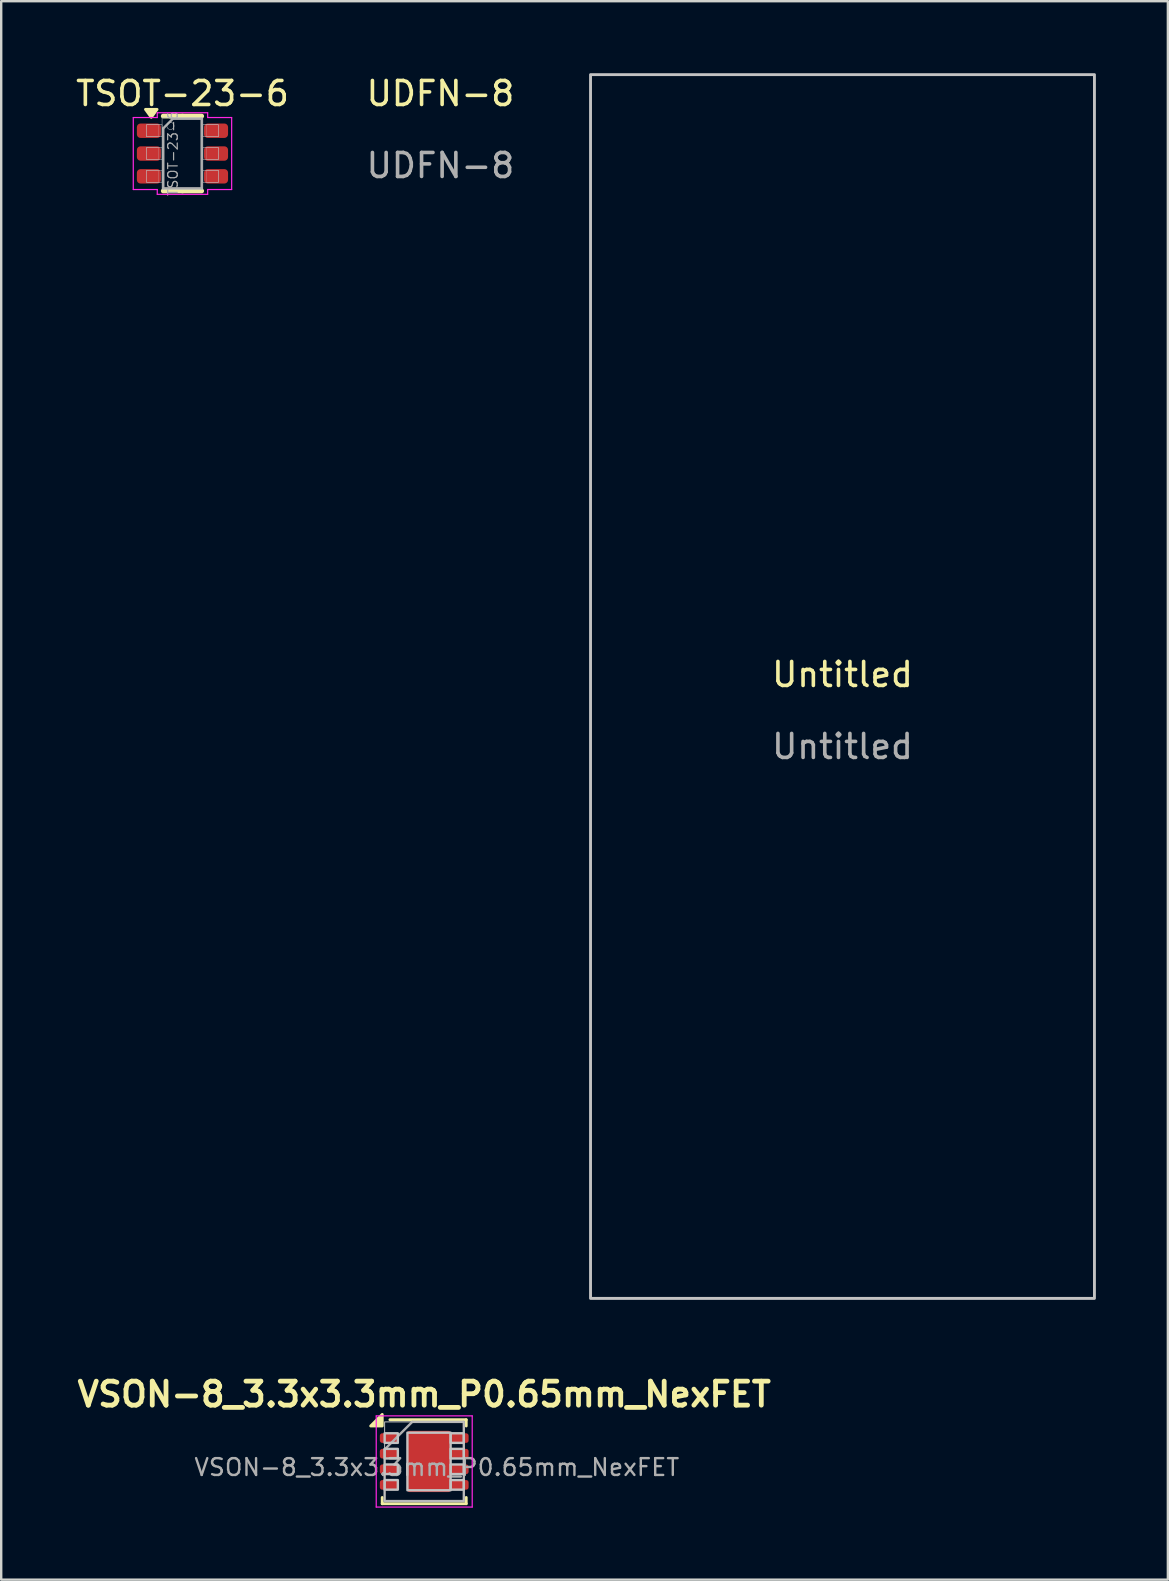
<source format=kicad_pcb>
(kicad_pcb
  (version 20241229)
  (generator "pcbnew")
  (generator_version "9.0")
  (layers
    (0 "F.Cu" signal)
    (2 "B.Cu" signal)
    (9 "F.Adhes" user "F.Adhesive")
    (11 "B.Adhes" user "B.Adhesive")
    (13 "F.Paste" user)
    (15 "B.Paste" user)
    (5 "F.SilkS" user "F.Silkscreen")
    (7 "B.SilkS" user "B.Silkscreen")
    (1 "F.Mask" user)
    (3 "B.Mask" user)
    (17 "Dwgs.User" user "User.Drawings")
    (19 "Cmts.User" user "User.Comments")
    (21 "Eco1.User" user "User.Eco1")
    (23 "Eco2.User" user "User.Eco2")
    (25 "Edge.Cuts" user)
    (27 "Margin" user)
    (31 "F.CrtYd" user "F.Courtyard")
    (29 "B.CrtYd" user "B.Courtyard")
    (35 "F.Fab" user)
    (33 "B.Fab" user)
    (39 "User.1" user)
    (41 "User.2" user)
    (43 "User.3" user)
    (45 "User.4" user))
  (footprint "VSON-8_3.3x3.3mm_P0.65mm_NexFET"
    (layer "F.Cu")
    (at 14.629 57.856)
    (property "Reference" "VSON-8_3.3x3.3mm_P0.65mm_NexFET" (at 0 -2.8 0) (layer "F.SilkS") (effects (font (size 1 1) (thickness 0.2) (bold yes))))
    (attr smd)
    (fp_line (start -1.75 1.5) (end -1.75 1.76) (stroke (width 0.12) (type solid)) (layer "F.SilkS"))
    (fp_line (start -1.75 1.76) (end 1.75 1.76) (stroke (width 0.12) (type solid)) (layer "F.SilkS"))
    (fp_line (start -1.43 -1.74) (end 1.75 -1.74) (stroke (width 0.12) (type solid)) (layer "F.SilkS"))
    (fp_line (start 1.75 -1.74) (end 1.75 -1.48) (stroke (width 0.12) (type solid)) (layer "F.SilkS"))
    (fp_line (start 1.75 1.5) (end 1.75 1.76) (stroke (width 0.12) (type solid)) (layer "F.SilkS"))
    (fp_poly (pts (xy -1.75 -1.48) (xy -2.23 -1.48) (xy -1.75 -1.96) (xy -1.75 -1.48)) (stroke (width 0.12) (type solid)) (fill yes) (layer "F.SilkS"))
    (fp_rect (start -1.65 -1.65) (end 1.65 1.65) (stroke (width 0.04) (type default)) (fill no) (layer "Dwgs.User"))
    (fp_rect (start -1.65 -1.175) (end -1.1 -0.775) (stroke (width 0.1) (type default)) (fill no) (layer "Dwgs.User"))
    (fp_rect (start -1.65 -0.525) (end -1.1 -0.125) (stroke (width 0.1) (type default)) (fill no) (layer "Dwgs.User"))
    (fp_rect (start -1.65 0.125) (end -1.1 0.525) (stroke (width 0.1) (type default)) (fill no) (layer "Dwgs.User"))
    (fp_rect (start -1.65 0.775) (end -1.1 1.175) (stroke (width 0.1) (type default)) (fill no) (layer "Dwgs.User"))
    (fp_rect (start -0.7 -1.2) (end 1.1 1.2) (stroke (width 0.1) (type solid)) (fill no) (layer "Dwgs.User"))
    (fp_rect (start 1.1 -1.175) (end 1.65 -0.775) (stroke (width 0.1) (type default)) (fill no) (layer "Dwgs.User"))
    (fp_rect (start 1.1 -0.525) (end 1.65 -0.125) (stroke (width 0.1) (type default)) (fill no) (layer "Dwgs.User"))
    (fp_rect (start 1.1 0.125) (end 1.65 0.525) (stroke (width 0.1) (type default)) (fill no) (layer "Dwgs.User"))
    (fp_rect (start 1.1 0.775) (end 1.65 1.175) (stroke (width 0.1) (type default)) (fill no) (layer "Dwgs.User"))
    (fp_line (start -2 -1.9) (end -2 1.9) (stroke (width 0.05) (type solid)) (layer "F.CrtYd"))
    (fp_line (start -2 -1.9) (end 2 -1.9) (stroke (width 0.05) (type solid)) (layer "F.CrtYd"))
    (fp_line (start -2 1.9) (end 2 1.9) (stroke (width 0.05) (type solid)) (layer "F.CrtYd"))
    (fp_line (start 2 -1.9) (end 2 1.9) (stroke (width 0.05) (type solid)) (layer "F.CrtYd"))
    (fp_line (start -1.65 -0.5) (end -0.5 -1.65) (stroke (width 0.1) (type solid)) (layer "F.Fab"))
    (fp_line (start -1.65 1.65) (end -1.65 -0.5) (stroke (width 0.1) (type solid)) (layer "F.Fab"))
    (fp_line (start -0.5 -1.65) (end 1.65 -1.65) (stroke (width 0.1) (type solid)) (layer "F.Fab"))
    (fp_line (start 1.65 -1.65) (end 1.65 1.65) (stroke (width 0.1) (type solid)) (layer "F.Fab"))
    (fp_line (start 1.65 1.65) (end -1.65 1.65) (stroke (width 0.1) (type solid)) (layer "F.Fab"))
    (fp_text user "${REFERENCE}" (at 0.526 0.242 0) (layer "F.Fab") (effects (font (size 0.7 0.7) (thickness 0.1))))
    (pad "" smd rect (at -0.2 -0.61) (size 0.57 0.738) (layers "F.Paste"))
    (pad "" smd rect (at -0.2 0.6) (size 0.57 0.738) (layers "F.Paste"))
    (pad "" smd rect (at 0.55 -0.61) (size 0.57 0.738) (layers "F.Paste"))
    (pad "" smd rect (at 0.55 0.6) (size 0.57 0.738) (layers "F.Paste"))
    (pad "1" smd roundrect (at -1.45 -0.975) (size 0.8 0.4) (layers "F.Cu" "F.Mask" "F.Paste") (roundrect_rratio 0.25))
    (pad "2" smd roundrect (at -1.45 -0.325) (size 0.8 0.4) (layers "F.Cu" "F.Mask" "F.Paste") (roundrect_rratio 0.25))
    (pad "3" smd roundrect (at -1.45 0.325) (size 0.8 0.4) (layers "F.Cu" "F.Mask" "F.Paste") (roundrect_rratio 0.25))
    (pad "4" smd roundrect (at -1.45 0.975) (size 0.8 0.4) (layers "F.Cu" "F.Mask" "F.Paste") (roundrect_rratio 0.25))
    (pad "5" smd roundrect (at 1.4 0.975) (size 0.9 0.4) (layers "F.Cu" "F.Mask" "F.Paste") (roundrect_rratio 0.25))
    (pad "6" smd roundrect (at 1.4 0.325) (size 0.9 0.4) (layers "F.Cu" "F.Mask" "F.Paste") (roundrect_rratio 0.25))
    (pad "7" smd roundrect (at 1.4 -0.325) (size 0.9 0.4) (layers "F.Cu" "F.Mask" "F.Paste") (roundrect_rratio 0.25))
    (pad "8" smd roundrect (at 1.4 -0.975) (size 0.9 0.4) (layers "F.Cu" "F.Mask" "F.Paste") (roundrect_rratio 0.25))
    (pad "PAD" smd roundrect (at 0.2 0) (size 1.8 2.55) (layers "F.Cu" "F.Mask" "F.Paste") (roundrect_rratio 0.05)))
  (footprint "Untitled"
    (layer "F.Cu")
    (at 32.06 25.56)
    (property "Reference" "Untitled" (at 0 -0.5 0) (unlocked yes) (layer "F.SilkS") (effects (font (size 1 1) (thickness 0.15))))
    (attr through_hole)
    (fp_rect (start -10.5 -25.5) (end 10.5 25.5) (stroke (width 0.12) (type default)) (fill no) (layer "Dwgs.User"))
    (fp_rect (start -10.5 -24.93) (end -8.1 -23.33) (stroke (width 0.001) (type default)) (fill no) (layer "Dwgs.User"))
    (fp_rect (start -10.5 -22.39) (end -8.1 -20.79) (stroke (width 0.001) (type default)) (fill no) (layer "Dwgs.User"))
    (fp_rect (start -10.5 -19.85) (end -8.1 -18.25) (stroke (width 0.001) (type default)) (fill no) (layer "Dwgs.User"))
    (fp_rect (start -10.5 -17.31) (end -8.1 -15.71) (stroke (width 0.001) (type default)) (fill no) (layer "Dwgs.User"))
    (fp_rect (start -10.5 -14.77) (end -8.1 -13.17) (stroke (width 0.001) (type default)) (fill no) (layer "Dwgs.User"))
    (fp_rect (start -10.5 -12.23) (end -8.1 -10.63) (stroke (width 0.001) (type default)) (fill no) (layer "Dwgs.User"))
    (fp_rect (start -10.5 -9.69) (end -8.1 -8.09) (stroke (width 0.001) (type default)) (fill no) (layer "Dwgs.User"))
    (fp_rect (start -10.5 -7.15) (end -8.1 -5.55) (stroke (width 0.001) (type default)) (fill no) (layer "Dwgs.User"))
    (fp_rect (start -10.5 -4.61) (end -8.1 -3.01) (stroke (width 0.001) (type default)) (fill no) (layer "Dwgs.User"))
    (fp_rect (start -10.5 -2.07) (end -8.1 -0.47) (stroke (width 0.001) (type default)) (fill no) (layer "Dwgs.User"))
    (fp_rect (start -10.5 0.47) (end -8.1 2.07) (stroke (width 0.001) (type default)) (fill no) (layer "Dwgs.User"))
    (fp_rect (start -10.5 3.01) (end -8.1 4.61) (stroke (width 0.001) (type default)) (fill no) (layer "Dwgs.User"))
    (fp_rect (start -10.5 5.55) (end -8.1 7.15) (stroke (width 0.001) (type default)) (fill no) (layer "Dwgs.User"))
    (fp_rect (start -10.5 8.09) (end -8.1 9.69) (stroke (width 0.001) (type default)) (fill no) (layer "Dwgs.User"))
    (fp_rect (start -10.5 10.63) (end -8.1 12.23) (stroke (width 0.001) (type default)) (fill no) (layer "Dwgs.User"))
    (fp_rect (start -10.5 13.17) (end -8.1 14.77) (stroke (width 0.001) (type default)) (fill no) (layer "Dwgs.User"))
    (fp_rect (start -10.5 15.71) (end -8.1 17.31) (stroke (width 0.001) (type default)) (fill no) (layer "Dwgs.User"))
    (fp_rect (start -10.5 18.25) (end -8.1 19.85) (stroke (width 0.001) (type default)) (fill no) (layer "Dwgs.User"))
    (fp_rect (start -10.5 20.79) (end -8.1 22.39) (stroke (width 0.001) (type default)) (fill no) (layer "Dwgs.User"))
    (fp_rect (start -10.5 23.33) (end -8.1 24.93) (stroke (width 0.001) (type default)) (fill no) (layer "Dwgs.User"))
    (fp_rect (start 8.1 -24.93) (end 10.5 -23.33) (stroke (width 0.001) (type solid)) (fill no) (layer "Dwgs.User"))
    (fp_rect (start 8.1 -22.39) (end 10.5 -20.79) (stroke (width 0.001) (type solid)) (fill no) (layer "Dwgs.User"))
    (fp_rect (start 8.1 -19.85) (end 10.5 -18.25) (stroke (width 0.001) (type solid)) (fill no) (layer "Dwgs.User"))
    (fp_rect (start 8.1 -17.31) (end 10.5 -15.71) (stroke (width 0.001) (type solid)) (fill no) (layer "Dwgs.User"))
    (fp_rect (start 8.1 -14.77) (end 10.5 -13.17) (stroke (width 0.001) (type solid)) (fill no) (layer "Dwgs.User"))
    (fp_rect (start 8.1 -12.23) (end 10.5 -10.63) (stroke (width 0.001) (type solid)) (fill no) (layer "Dwgs.User"))
    (fp_rect (start 8.1 -9.69) (end 10.5 -8.09) (stroke (width 0.001) (type solid)) (fill no) (layer "Dwgs.User"))
    (fp_rect (start 8.1 -7.15) (end 10.5 -5.55) (stroke (width 0.001) (type solid)) (fill no) (layer "Dwgs.User"))
    (fp_rect (start 8.1 -4.61) (end 10.5 -3.01) (stroke (width 0.001) (type solid)) (fill no) (layer "Dwgs.User"))
    (fp_rect (start 8.1 -2.07) (end 10.5 -0.47) (stroke (width 0.001) (type solid)) (fill no) (layer "Dwgs.User"))
    (fp_rect (start 8.1 0.47) (end 10.5 2.07) (stroke (width 0.001) (type solid)) (fill no) (layer "Dwgs.User"))
    (fp_rect (start 8.1 3.01) (end 10.5 4.61) (stroke (width 0.001) (type solid)) (fill no) (layer "Dwgs.User"))
    (fp_rect (start 8.1 5.55) (end 10.5 7.15) (stroke (width 0.001) (type solid)) (fill no) (layer "Dwgs.User"))
    (fp_rect (start 8.1 8.09) (end 10.5 9.69) (stroke (width 0.001) (type solid)) (fill no) (layer "Dwgs.User"))
    (fp_rect (start 8.1 10.63) (end 10.5 12.23) (stroke (width 0.001) (type solid)) (fill no) (layer "Dwgs.User"))
    (fp_rect (start 8.1 13.17) (end 10.5 14.77) (stroke (width 0.001) (type solid)) (fill no) (layer "Dwgs.User"))
    (fp_rect (start 8.1 15.71) (end 10.5 17.31) (stroke (width 0.001) (type solid)) (fill no) (layer "Dwgs.User"))
    (fp_rect (start 8.1 18.25) (end 10.5 19.85) (stroke (width 0.001) (type solid)) (fill no) (layer "Dwgs.User"))
    (fp_rect (start 8.1 20.79) (end 10.5 22.39) (stroke (width 0.001) (type solid)) (fill no) (layer "Dwgs.User"))
    (fp_rect (start 8.1 23.33) (end 10.5 24.93) (stroke (width 0.001) (type solid)) (fill no) (layer "Dwgs.User"))
    (fp_text user "${REFERENCE}" (at 0 2.5 0) (unlocked yes) (layer "F.Fab") (effects (font (size 1 1) (thickness 0.15)))))
  (footprint "UDFN-8"
    (layer "F.Cu")
    (at 15.304 1.348)
    (property "Reference" "UDFN-8" (at 0 -0.5 0) (unlocked yes) (layer "F.SilkS") (effects (font (size 1 1) (thickness 0.15))))
    (attr smd)
    (fp_text user "${REFERENCE}" (at 0 2.5 0) (unlocked yes) (layer "F.Fab") (effects (font (size 1 1) (thickness 0.15)))))
  (footprint "TSOT-23-6"
    (layer "F.Cu")
    (at 4.554 3.348)
    (property "Reference" "TSOT-23-6" (at 0 -2.5 0) (layer "F.SilkS") (effects (font (size 1 1) (thickness 0.15))))
    (attr smd)
    (fp_line (start 0 -1.56) (end -0.8 -1.56) (stroke (width 0.2) (type solid)) (layer "F.SilkS"))
    (fp_line (start 0 -1.56) (end 0.8 -1.56) (stroke (width 0.2) (type solid)) (layer "F.SilkS"))
    (fp_line (start 0 1.56) (end -0.8 1.56) (stroke (width 0.2) (type solid)) (layer "F.SilkS"))
    (fp_line (start 0 1.56) (end 0.8 1.56) (stroke (width 0.2) (type solid)) (layer "F.SilkS"))
    (fp_poly (pts (xy -1.3 -1.51) (xy -1.54 -1.84) (xy -1.06 -1.84)) (stroke (width 0.12) (type solid)) (fill yes) (layer "F.SilkS"))
    (fp_rect (start -1.5 -1.2) (end -1 -0.7) (stroke (width 0.01) (type solid)) (fill no) (layer "Dwgs.User"))
    (fp_rect (start -1.5 -1.2) (end -0.85 -0.7) (stroke (width 0.02) (type solid)) (fill no) (layer "Dwgs.User"))
    (fp_rect (start -1.5 -0.25) (end -1 0.25) (stroke (width 0.01) (type solid)) (fill no) (layer "Dwgs.User"))
    (fp_rect (start -1.5 -0.25) (end -0.85 0.25) (stroke (width 0.02) (type solid)) (fill no) (layer "Dwgs.User"))
    (fp_rect (start -1.5 0.7) (end -1 1.2) (stroke (width 0.01) (type solid)) (fill no) (layer "Dwgs.User"))
    (fp_rect (start -1.5 0.7) (end -0.85 1.2) (stroke (width 0.02) (type solid)) (fill no) (layer "Dwgs.User"))
    (fp_rect (start -0.85 -1.5) (end 0.85 1.5) (stroke (width 0.02) (type solid)) (fill no) (layer "Dwgs.User"))
    (fp_rect (start 1.5 -1.2) (end 0.85 -0.7) (stroke (width 0.02) (type solid)) (fill no) (layer "Dwgs.User"))
    (fp_rect (start 1.5 -1.2) (end 1 -0.7) (stroke (width 0.01) (type solid)) (fill no) (layer "Dwgs.User"))
    (fp_rect (start 1.5 -0.25) (end 0.85 0.25) (stroke (width 0.02) (type solid)) (fill no) (layer "Dwgs.User"))
    (fp_rect (start 1.5 -0.25) (end 1 0.25) (stroke (width 0.01) (type solid)) (fill no) (layer "Dwgs.User"))
    (fp_rect (start 1.5 0.7) (end 0.85 1.2) (stroke (width 0.02) (type solid)) (fill no) (layer "Dwgs.User"))
    (fp_rect (start 1.5 0.7) (end 1 1.2) (stroke (width 0.01) (type solid)) (fill no) (layer "Dwgs.User"))
    (fp_circle (center -0.5 -1.15) (end -0.35 -1.15) (stroke (width 0.02) (type solid)) (fill no) (layer "Dwgs.User"))
    (fp_line (start -2.05 -1.5) (end -1.05 -1.5) (stroke (width 0.05) (type solid)) (layer "F.CrtYd"))
    (fp_line (start -2.05 1.5) (end -2.05 -1.5) (stroke (width 0.05) (type solid)) (layer "F.CrtYd"))
    (fp_line (start -1.05 -1.7) (end 1.05 -1.7) (stroke (width 0.05) (type solid)) (layer "F.CrtYd"))
    (fp_line (start -1.05 -1.5) (end -1.05 -1.7) (stroke (width 0.05) (type solid)) (layer "F.CrtYd"))
    (fp_line (start -1.05 1.5) (end -2.05 1.5) (stroke (width 0.05) (type solid)) (layer "F.CrtYd"))
    (fp_line (start -1.05 1.7) (end -1.05 1.5) (stroke (width 0.05) (type solid)) (layer "F.CrtYd"))
    (fp_line (start 1.05 -1.7) (end 1.05 -1.5) (stroke (width 0.05) (type solid)) (layer "F.CrtYd"))
    (fp_line (start 1.05 -1.5) (end 2.05 -1.5) (stroke (width 0.05) (type solid)) (layer "F.CrtYd"))
    (fp_line (start 1.05 1.5) (end 1.05 1.7) (stroke (width 0.05) (type solid)) (layer "F.CrtYd"))
    (fp_line (start 1.05 1.7) (end -1.05 1.7) (stroke (width 0.05) (type solid)) (layer "F.CrtYd"))
    (fp_line (start 2.05 -1.5) (end 2.05 1.5) (stroke (width 0.05) (type solid)) (layer "F.CrtYd"))
    (fp_line (start 2.05 1.5) (end 1.05 1.5) (stroke (width 0.05) (type solid)) (layer "F.CrtYd"))
    (fp_line (start -0.8 -1.05) (end -0.4 -1.45) (stroke (width 0.1) (type solid)) (layer "F.Fab"))
    (fp_line (start -0.8 1.45) (end -0.8 -1.05) (stroke (width 0.1) (type solid)) (layer "F.Fab"))
    (fp_line (start -0.4 -1.45) (end 0.8 -1.45) (stroke (width 0.1) (type solid)) (layer "F.Fab"))
    (fp_line (start 0.8 -1.45) (end 0.8 1.45) (stroke (width 0.1) (type solid)) (layer "F.Fab"))
    (fp_line (start 0.8 1.45) (end -0.8 1.45) (stroke (width 0.1) (type solid)) (layer "F.Fab"))
    (fp_text user "${REFERENCE}" (at -0.4 0 90) (layer "F.Fab") (effects (font (size 0.4 0.4) (thickness 0.05))))
    (pad "1" smd roundrect (at -1.4 -0.95) (size 1 0.6) (layers "F.Cu" "F.Mask" "F.Paste") (roundrect_rratio 0.25))
    (pad "2" smd roundrect (at -1.4 0) (size 1 0.6) (layers "F.Cu" "F.Mask" "F.Paste") (roundrect_rratio 0.25))
    (pad "3" smd roundrect (at -1.4 0.95) (size 1 0.6) (layers "F.Cu" "F.Mask" "F.Paste") (roundrect_rratio 0.25))
    (pad "4" smd roundrect (at 1.4 0.95) (size 1 0.6) (layers "F.Cu" "F.Mask" "F.Paste") (roundrect_rratio 0.25))
    (pad "5" smd roundrect (at 1.4 0) (size 1 0.6) (layers "F.Cu" "F.Mask" "F.Paste") (roundrect_rratio 0.25))
    (pad "6" smd roundrect (at 1.4 -0.95) (size 1 0.6) (layers "F.Cu" "F.Mask" "F.Paste") (roundrect_rratio 0.25)))
  (gr_rect
    (start -3 -3)
    (end 45.62 62.781)
    (stroke (width 0.1) (type default))
    (fill no)
    (layer "Edge.Cuts")))
</source>
